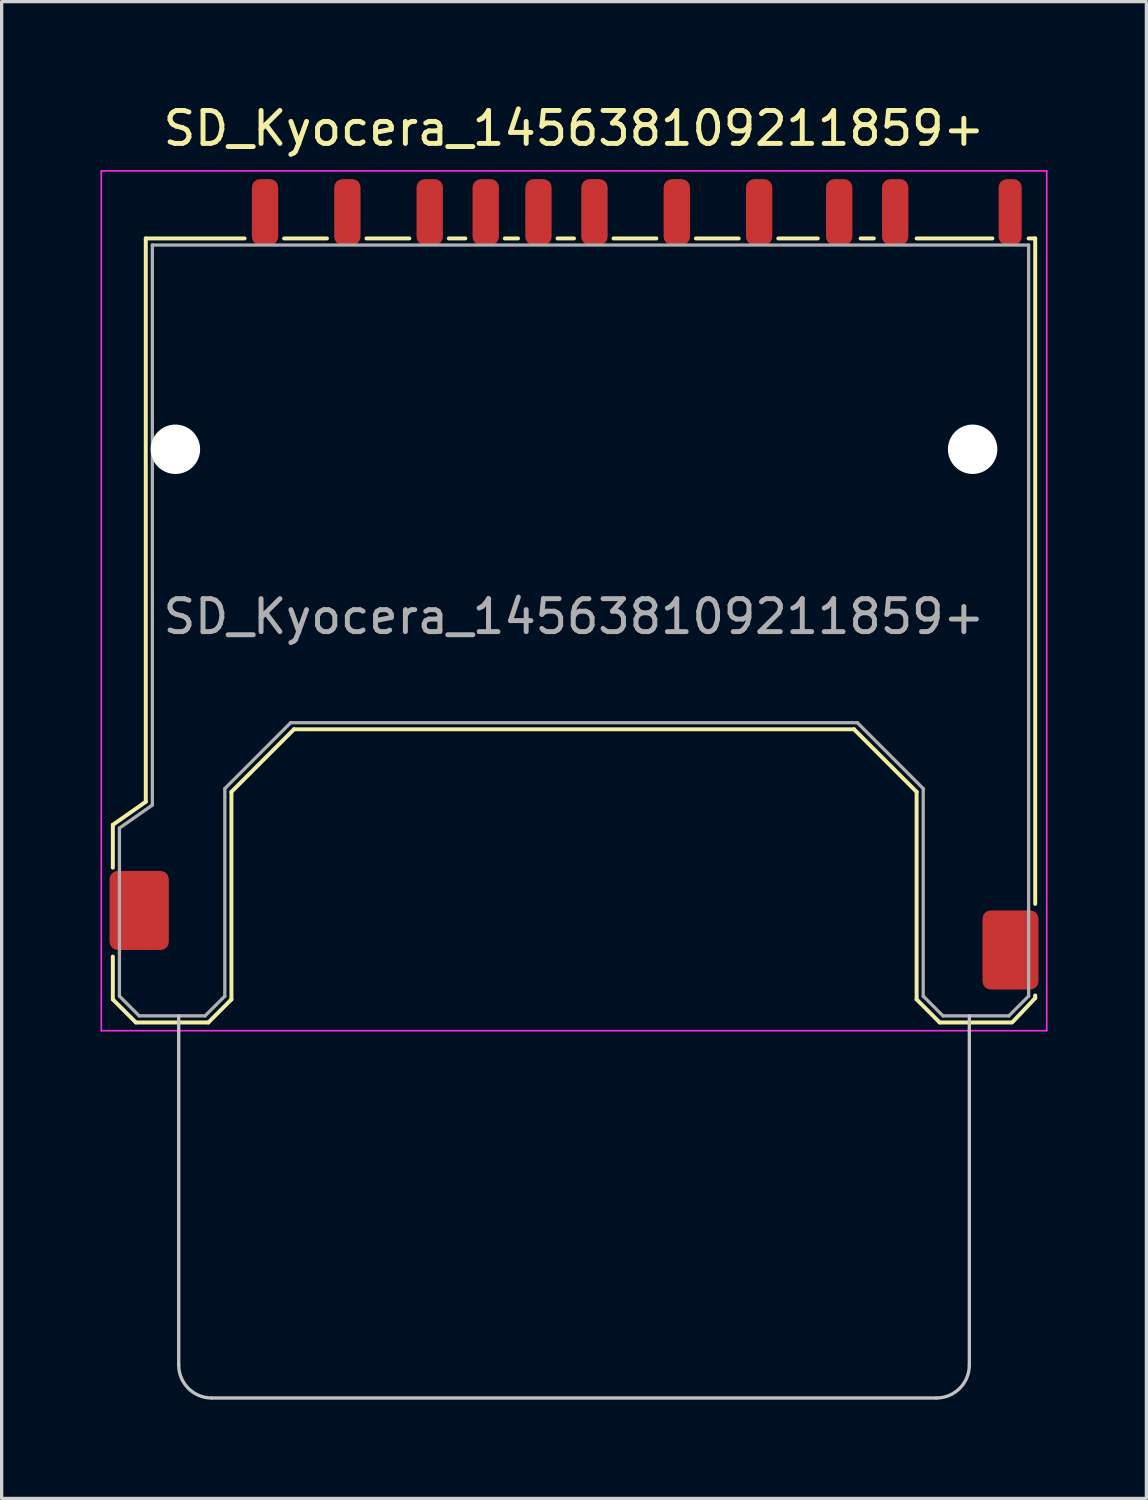
<source format=kicad_pcb>
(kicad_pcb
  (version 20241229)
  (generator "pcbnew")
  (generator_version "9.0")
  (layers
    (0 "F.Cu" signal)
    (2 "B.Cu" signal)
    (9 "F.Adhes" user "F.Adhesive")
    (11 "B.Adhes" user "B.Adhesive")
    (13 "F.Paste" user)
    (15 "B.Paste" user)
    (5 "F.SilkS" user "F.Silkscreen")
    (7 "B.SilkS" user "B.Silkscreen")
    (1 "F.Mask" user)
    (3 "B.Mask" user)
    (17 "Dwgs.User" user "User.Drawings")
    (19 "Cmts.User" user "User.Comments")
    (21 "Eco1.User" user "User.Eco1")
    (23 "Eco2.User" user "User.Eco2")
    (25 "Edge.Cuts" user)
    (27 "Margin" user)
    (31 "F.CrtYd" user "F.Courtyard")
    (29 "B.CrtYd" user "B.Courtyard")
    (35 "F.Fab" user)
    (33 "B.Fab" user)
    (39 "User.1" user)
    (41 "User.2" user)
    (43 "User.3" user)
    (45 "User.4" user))
  (footprint "SD_Kyocera_145638109211859+"
    (layer "F.Cu")
    (at 14.375 15.888)
    (property "Reference" "SD_Kyocera_145638109211859+" (at 0 -15.04 180) (layer "F.SilkS") (effects (font (size 1 1) (thickness 0.15))))
    (attr smd)
    (fp_line (start -14 6.1) (end -14 7.4) (stroke (width 0.12) (type solid)) (layer "F.SilkS"))
    (fp_line (start -14 6.1) (end -13 5.4) (stroke (width 0.12) (type solid)) (layer "F.SilkS"))
    (fp_line (start -14 10.1) (end -14 11.4) (stroke (width 0.12) (type solid)) (layer "F.SilkS"))
    (fp_line (start -13.3 12.1) (end -14 11.4) (stroke (width 0.12) (type solid)) (layer "F.SilkS"))
    (fp_line (start -13.3 12.1) (end -11.1 12.1) (stroke (width 0.12) (type solid)) (layer "F.SilkS"))
    (fp_line (start -13 -11.7) (end -10 -11.7) (stroke (width 0.12) (type solid)) (layer "F.SilkS"))
    (fp_line (start -13 5.4) (end -13 -11.7) (stroke (width 0.12) (type solid)) (layer "F.SilkS"))
    (fp_line (start -10.4 11.4) (end -11.1 12.1) (stroke (width 0.12) (type solid)) (layer "F.SilkS"))
    (fp_line (start -10.4 11.4) (end -10.4 5.1) (stroke (width 0.12) (type solid)) (layer "F.SilkS"))
    (fp_line (start -8.8 -11.7) (end -7.5 -11.7) (stroke (width 0.12) (type solid)) (layer "F.SilkS"))
    (fp_line (start -8.5 3.2) (end -10.4 5.1) (stroke (width 0.12) (type solid)) (layer "F.SilkS"))
    (fp_line (start -6.3 -11.7) (end -5 -11.7) (stroke (width 0.12) (type solid)) (layer "F.SilkS"))
    (fp_line (start -3.8 -11.7) (end -3.3 -11.7) (stroke (width 0.12) (type solid)) (layer "F.SilkS"))
    (fp_line (start -2.1 -11.7) (end -1.7 -11.7) (stroke (width 0.12) (type solid)) (layer "F.SilkS"))
    (fp_line (start -0.5 -11.7) (end 0 -11.7) (stroke (width 0.12) (type solid)) (layer "F.SilkS"))
    (fp_line (start 1.2 -11.7) (end 2.5 -11.7) (stroke (width 0.12) (type solid)) (layer "F.SilkS"))
    (fp_line (start 3.7 -11.7) (end 5 -11.7) (stroke (width 0.12) (type solid)) (layer "F.SilkS"))
    (fp_line (start 6.2 -11.7) (end 7.4 -11.7) (stroke (width 0.12) (type solid)) (layer "F.SilkS"))
    (fp_line (start 8.5 3.2) (end -8.5 3.2) (stroke (width 0.12) (type solid)) (layer "F.SilkS"))
    (fp_line (start 8.5 3.2) (end 10.4 5.1) (stroke (width 0.12) (type solid)) (layer "F.SilkS"))
    (fp_line (start 8.7 -11.7) (end 9.1 -11.7) (stroke (width 0.12) (type solid)) (layer "F.SilkS"))
    (fp_line (start 10.4 -11.7) (end 12.7 -11.7) (stroke (width 0.12) (type solid)) (layer "F.SilkS"))
    (fp_line (start 10.4 11.4) (end 10.4 5.1) (stroke (width 0.12) (type solid)) (layer "F.SilkS"))
    (fp_line (start 10.4 11.4) (end 11.1 12.1) (stroke (width 0.12) (type solid)) (layer "F.SilkS"))
    (fp_line (start 13.26 12.1) (end 11.1 12.1) (stroke (width 0.12) (type solid)) (layer "F.SilkS"))
    (fp_line (start 13.3 12.1) (end 14 11.36) (stroke (width 0.12) (type solid)) (layer "F.SilkS"))
    (fp_line (start 13.8 -11.7) (end 14 -11.7) (stroke (width 0.12) (type solid)) (layer "F.SilkS"))
    (fp_line (start 14 -11.7) (end 14 8.5) (stroke (width 0.12) (type solid)) (layer "F.SilkS"))
    (fp_line (start 14 11.28) (end 14 11.36) (stroke (width 0.12) (type solid)) (layer "F.SilkS"))
    (fp_line (start -12 22.5) (end -12 11.9) (stroke (width 0.1) (type solid)) (layer "Dwgs.User"))
    (fp_line (start 11 23.5) (end -11 23.5) (stroke (width 0.1) (type solid)) (layer "Dwgs.User"))
    (fp_line (start 12 11.9) (end 12 22.5) (stroke (width 0.1) (type solid)) (layer "Dwgs.User"))
    (fp_arc (start -11 23.5) (mid -11.707107 23.207107) (end -12 22.5) (stroke (width 0.1) (type solid)) (layer "Dwgs.User"))
    (fp_arc (start 12 22.5) (mid 11.707107 23.207107) (end 11 23.5) (stroke (width 0.1) (type solid)) (layer "Dwgs.User"))
    (fp_line (start -14.35 -13.75) (end 14.35 -13.75) (stroke (width 0.05) (type solid)) (layer "F.CrtYd"))
    (fp_line (start -14.35 12.35) (end -14.35 -13.75) (stroke (width 0.05) (type solid)) (layer "F.CrtYd"))
    (fp_line (start 14.35 -13.75) (end 14.35 12.35) (stroke (width 0.05) (type solid)) (layer "F.CrtYd"))
    (fp_line (start 14.35 12.35) (end -14.35 12.35) (stroke (width 0.05) (type solid)) (layer "F.CrtYd"))
    (fp_line (start -13.8 6.2) (end -12.8 5.5) (stroke (width 0.1) (type solid)) (layer "F.Fab"))
    (fp_line (start -13.8 11.3) (end -13.8 6.2) (stroke (width 0.1) (type solid)) (layer "F.Fab"))
    (fp_line (start -13.8 11.3) (end -13.2 11.9) (stroke (width 0.1) (type solid)) (layer "F.Fab"))
    (fp_line (start -12.8 -11.5) (end 13.8 -11.5) (stroke (width 0.1) (type solid)) (layer "F.Fab"))
    (fp_line (start -12.8 5.5) (end -12.8 -11.5) (stroke (width 0.1) (type solid)) (layer "F.Fab"))
    (fp_line (start -11.2 11.9) (end -13.2 11.9) (stroke (width 0.1) (type solid)) (layer "F.Fab"))
    (fp_line (start -11.2 11.9) (end -10.6 11.3) (stroke (width 0.1) (type solid)) (layer "F.Fab"))
    (fp_line (start -10.6 5) (end -10.6 11.3) (stroke (width 0.1) (type solid)) (layer "F.Fab"))
    (fp_line (start -10.6 5) (end -8.6 3) (stroke (width 0.1) (type solid)) (layer "F.Fab"))
    (fp_line (start 8.6 3) (end -8.6 3) (stroke (width 0.1) (type solid)) (layer "F.Fab"))
    (fp_line (start 8.6 3) (end 10.6 5) (stroke (width 0.1) (type solid)) (layer "F.Fab"))
    (fp_line (start 10.6 11.3) (end 10.6 5) (stroke (width 0.1) (type solid)) (layer "F.Fab"))
    (fp_line (start 10.6 11.3) (end 11.2 11.9) (stroke (width 0.1) (type solid)) (layer "F.Fab"))
    (fp_line (start 13.2 11.9) (end 11.2 11.9) (stroke (width 0.1) (type solid)) (layer "F.Fab"))
    (fp_line (start 13.2 11.9) (end 13.8 11.3) (stroke (width 0.1) (type solid)) (layer "F.Fab"))
    (fp_line (start 13.8 -11.5) (end 13.8 11.3) (stroke (width 0.1) (type solid)) (layer "F.Fab"))
    (fp_text user "${REFERENCE}" (at 0 -0.22 180) (layer "F.Fab") (effects (font (size 1 1) (thickness 0.15))))
    (pad "" np_thru_hole circle (at -12.1 -5.3 180) (size 1.5 1.5) (drill 1.5) (layers "*.Cu" "*.Mask"))
    (pad "" np_thru_hole circle (at 12.1 -5.3 180) (size 1.5 1.5) (drill 1.5) (layers "*.Cu" "*.Mask"))
    (pad "1" smd roundrect (at -6.88 -12.5) (size 0.8 2) (layers "F.Cu" "F.Mask" "F.Paste") (roundrect_rratio 0.313))
    (pad "2" smd roundrect (at -4.38 -12.5) (size 0.8 2) (layers "F.Cu" "F.Mask" "F.Paste") (roundrect_rratio 0.313))
    (pad "3" smd roundrect (at -1.08 -12.5) (size 0.8 2) (layers "F.Cu" "F.Mask" "F.Paste") (roundrect_rratio 0.313))
    (pad "4" smd roundrect (at 0.62 -12.5) (size 0.8 2) (layers "F.Cu" "F.Mask" "F.Paste") (roundrect_rratio 0.313))
    (pad "5" smd roundrect (at 3.12 -12.5) (size 0.8 2) (layers "F.Cu" "F.Mask" "F.Paste") (roundrect_rratio 0.313))
    (pad "6" smd roundrect (at 5.62 -12.5) (size 0.8 2) (layers "F.Cu" "F.Mask" "F.Paste") (roundrect_rratio 0.313))
    (pad "7" smd roundrect (at 8.05 -12.5) (size 0.8 2) (layers "F.Cu" "F.Mask" "F.Paste") (roundrect_rratio 0.313))
    (pad "8" smd roundrect (at 9.75 -12.5) (size 0.8 2) (layers "F.Cu" "F.Mask" "F.Paste") (roundrect_rratio 0.313))
    (pad "9" smd roundrect (at -9.38 -12.5) (size 0.8 2) (layers "F.Cu" "F.Mask" "F.Paste") (roundrect_rratio 0.313))
    (pad "10" smd roundrect (at -2.68 -12.5) (size 0.8 2) (layers "F.Cu" "F.Mask" "F.Paste") (roundrect_rratio 0.313))
    (pad "11" smd roundrect (at 13.24 -12.5) (size 0.7 2) (layers "F.Cu" "F.Mask" "F.Paste") (roundrect_rratio 0.357))
    (pad "12" smd roundrect (at 13.25 9.9) (size 1.7 2.4) (layers "F.Cu" "F.Mask" "F.Paste") (roundrect_rratio 0.147))
    (pad "13" smd roundrect (at -13.2 8.7) (size 1.8 2.4) (layers "F.Cu" "F.Mask" "F.Paste") (roundrect_rratio 0.139)))
  (gr_rect
    (start -3 -3)
    (end 31.75 42.438)
    (stroke (width 0.1) (type default))
    (fill no)
    (layer "Edge.Cuts")))
</source>
